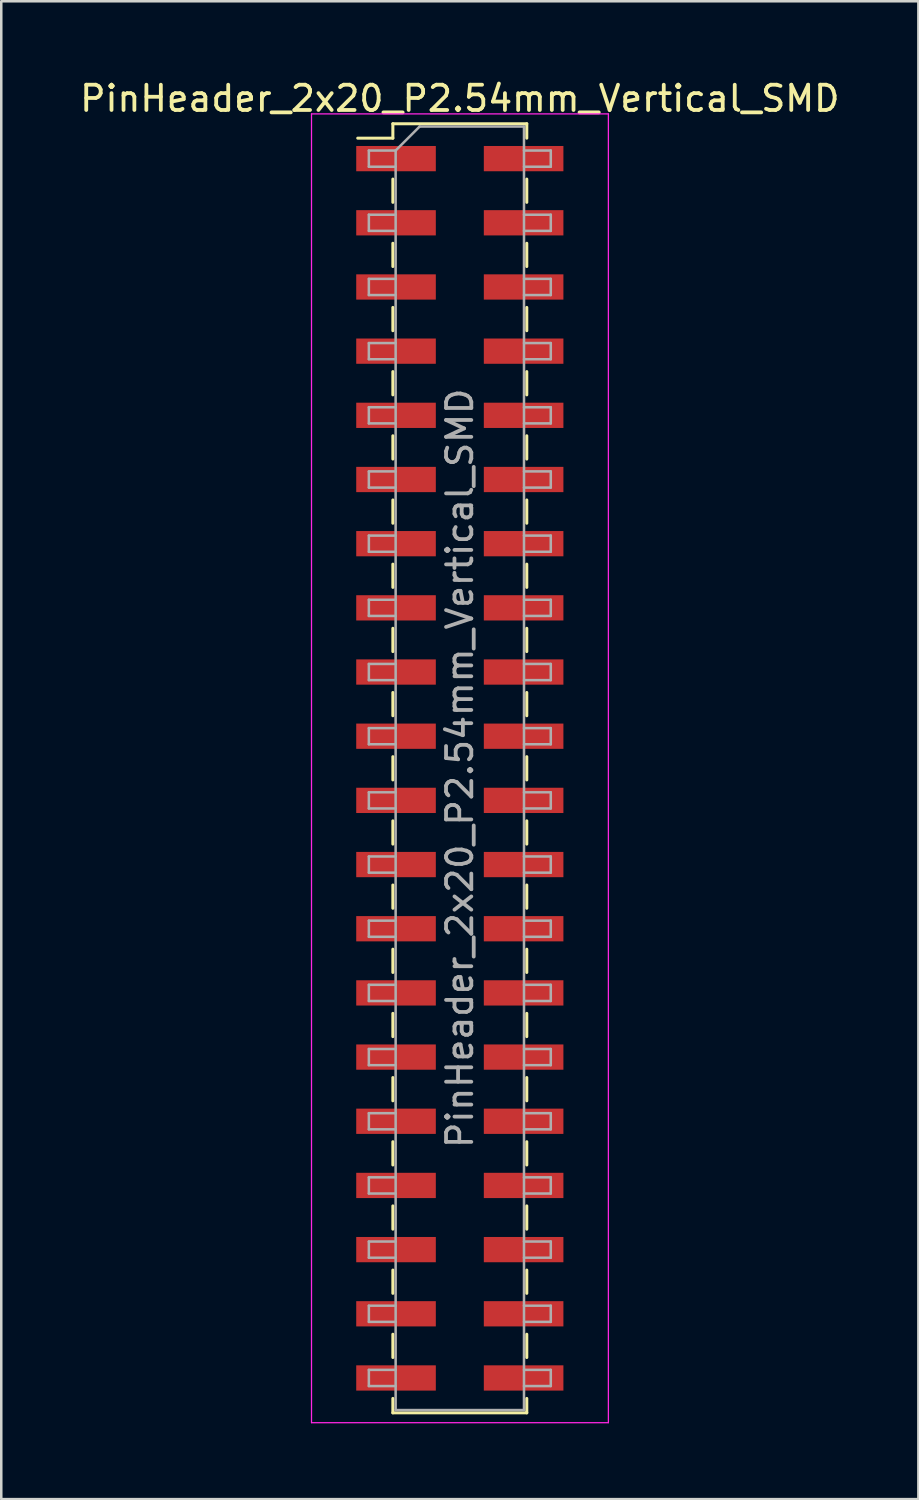
<source format=kicad_pcb>
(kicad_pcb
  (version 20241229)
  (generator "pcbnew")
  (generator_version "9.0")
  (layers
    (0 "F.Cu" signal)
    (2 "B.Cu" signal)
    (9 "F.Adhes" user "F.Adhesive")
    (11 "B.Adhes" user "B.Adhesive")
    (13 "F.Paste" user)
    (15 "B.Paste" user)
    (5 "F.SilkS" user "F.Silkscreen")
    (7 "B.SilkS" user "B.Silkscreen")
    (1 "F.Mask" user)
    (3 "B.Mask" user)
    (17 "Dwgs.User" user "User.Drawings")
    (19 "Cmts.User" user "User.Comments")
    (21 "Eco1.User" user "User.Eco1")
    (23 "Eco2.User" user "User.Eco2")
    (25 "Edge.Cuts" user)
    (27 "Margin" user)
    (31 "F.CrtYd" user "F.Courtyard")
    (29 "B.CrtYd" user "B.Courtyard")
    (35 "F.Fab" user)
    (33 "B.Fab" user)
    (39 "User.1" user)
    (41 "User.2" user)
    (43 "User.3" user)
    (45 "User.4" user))
  (footprint "PinHeader_2x20_P2.54mm_Vertical_SMD"
    (layer "F.Cu")
    (at 15.149 27.358)
    (property "Reference" "PinHeader_2x20_P2.54mm_Vertical_SMD" (at 0 -26.51 0) (layer "F.SilkS") (effects (font (size 1 1) (thickness 0.15))))
    (attr smd)
    (fp_line (start -4.04 -24.94) (end -2.65 -24.94) (stroke (width 0.12) (type solid)) (layer "F.SilkS"))
    (fp_line (start -2.65 -25.51) (end -2.65 -24.94) (stroke (width 0.12) (type solid)) (layer "F.SilkS"))
    (fp_line (start -2.65 -25.51) (end 2.65 -25.51) (stroke (width 0.12) (type solid)) (layer "F.SilkS"))
    (fp_line (start -2.65 -23.32) (end -2.65 -22.4) (stroke (width 0.12) (type solid)) (layer "F.SilkS"))
    (fp_line (start -2.65 -20.78) (end -2.65 -19.86) (stroke (width 0.12) (type solid)) (layer "F.SilkS"))
    (fp_line (start -2.65 -18.24) (end -2.65 -17.32) (stroke (width 0.12) (type solid)) (layer "F.SilkS"))
    (fp_line (start -2.65 -15.7) (end -2.65 -14.78) (stroke (width 0.12) (type solid)) (layer "F.SilkS"))
    (fp_line (start -2.65 -13.16) (end -2.65 -12.24) (stroke (width 0.12) (type solid)) (layer "F.SilkS"))
    (fp_line (start -2.65 -10.62) (end -2.65 -9.7) (stroke (width 0.12) (type solid)) (layer "F.SilkS"))
    (fp_line (start -2.65 -8.08) (end -2.65 -7.16) (stroke (width 0.12) (type solid)) (layer "F.SilkS"))
    (fp_line (start -2.65 -5.54) (end -2.65 -4.62) (stroke (width 0.12) (type solid)) (layer "F.SilkS"))
    (fp_line (start -2.65 -3) (end -2.65 -2.08) (stroke (width 0.12) (type solid)) (layer "F.SilkS"))
    (fp_line (start -2.65 -0.46) (end -2.65 0.46) (stroke (width 0.12) (type solid)) (layer "F.SilkS"))
    (fp_line (start -2.65 2.08) (end -2.65 3) (stroke (width 0.12) (type solid)) (layer "F.SilkS"))
    (fp_line (start -2.65 4.62) (end -2.65 5.54) (stroke (width 0.12) (type solid)) (layer "F.SilkS"))
    (fp_line (start -2.65 7.16) (end -2.65 8.08) (stroke (width 0.12) (type solid)) (layer "F.SilkS"))
    (fp_line (start -2.65 9.7) (end -2.65 10.62) (stroke (width 0.12) (type solid)) (layer "F.SilkS"))
    (fp_line (start -2.65 12.24) (end -2.65 13.16) (stroke (width 0.12) (type solid)) (layer "F.SilkS"))
    (fp_line (start -2.65 14.78) (end -2.65 15.7) (stroke (width 0.12) (type solid)) (layer "F.SilkS"))
    (fp_line (start -2.65 17.32) (end -2.65 18.24) (stroke (width 0.12) (type solid)) (layer "F.SilkS"))
    (fp_line (start -2.65 19.86) (end -2.65 20.78) (stroke (width 0.12) (type solid)) (layer "F.SilkS"))
    (fp_line (start -2.65 22.4) (end -2.65 23.32) (stroke (width 0.12) (type solid)) (layer "F.SilkS"))
    (fp_line (start -2.65 24.94) (end -2.65 25.51) (stroke (width 0.12) (type solid)) (layer "F.SilkS"))
    (fp_line (start -2.65 25.51) (end 2.65 25.51) (stroke (width 0.12) (type solid)) (layer "F.SilkS"))
    (fp_line (start 2.65 -25.51) (end 2.65 -24.94) (stroke (width 0.12) (type solid)) (layer "F.SilkS"))
    (fp_line (start 2.65 -23.32) (end 2.65 -22.4) (stroke (width 0.12) (type solid)) (layer "F.SilkS"))
    (fp_line (start 2.65 -20.78) (end 2.65 -19.86) (stroke (width 0.12) (type solid)) (layer "F.SilkS"))
    (fp_line (start 2.65 -18.24) (end 2.65 -17.32) (stroke (width 0.12) (type solid)) (layer "F.SilkS"))
    (fp_line (start 2.65 -15.7) (end 2.65 -14.78) (stroke (width 0.12) (type solid)) (layer "F.SilkS"))
    (fp_line (start 2.65 -13.16) (end 2.65 -12.24) (stroke (width 0.12) (type solid)) (layer "F.SilkS"))
    (fp_line (start 2.65 -10.62) (end 2.65 -9.7) (stroke (width 0.12) (type solid)) (layer "F.SilkS"))
    (fp_line (start 2.65 -8.08) (end 2.65 -7.16) (stroke (width 0.12) (type solid)) (layer "F.SilkS"))
    (fp_line (start 2.65 -5.54) (end 2.65 -4.62) (stroke (width 0.12) (type solid)) (layer "F.SilkS"))
    (fp_line (start 2.65 -3) (end 2.65 -2.08) (stroke (width 0.12) (type solid)) (layer "F.SilkS"))
    (fp_line (start 2.65 -0.46) (end 2.65 0.46) (stroke (width 0.12) (type solid)) (layer "F.SilkS"))
    (fp_line (start 2.65 2.08) (end 2.65 3) (stroke (width 0.12) (type solid)) (layer "F.SilkS"))
    (fp_line (start 2.65 4.62) (end 2.65 5.54) (stroke (width 0.12) (type solid)) (layer "F.SilkS"))
    (fp_line (start 2.65 7.16) (end 2.65 8.08) (stroke (width 0.12) (type solid)) (layer "F.SilkS"))
    (fp_line (start 2.65 9.7) (end 2.65 10.62) (stroke (width 0.12) (type solid)) (layer "F.SilkS"))
    (fp_line (start 2.65 12.24) (end 2.65 13.16) (stroke (width 0.12) (type solid)) (layer "F.SilkS"))
    (fp_line (start 2.65 14.78) (end 2.65 15.7) (stroke (width 0.12) (type solid)) (layer "F.SilkS"))
    (fp_line (start 2.65 17.32) (end 2.65 18.24) (stroke (width 0.12) (type solid)) (layer "F.SilkS"))
    (fp_line (start 2.65 19.86) (end 2.65 20.78) (stroke (width 0.12) (type solid)) (layer "F.SilkS"))
    (fp_line (start 2.65 22.4) (end 2.65 23.32) (stroke (width 0.12) (type solid)) (layer "F.SilkS"))
    (fp_line (start 2.65 24.94) (end 2.65 25.51) (stroke (width 0.12) (type solid)) (layer "F.SilkS"))
    (fp_line (start -5.87 -25.9) (end -5.87 25.9) (stroke (width 0.05) (type solid)) (layer "F.CrtYd"))
    (fp_line (start -5.87 25.9) (end 5.88 25.9) (stroke (width 0.05) (type solid)) (layer "F.CrtYd"))
    (fp_line (start 5.88 -25.9) (end -5.87 -25.9) (stroke (width 0.05) (type solid)) (layer "F.CrtYd"))
    (fp_line (start 5.88 25.9) (end 5.88 -25.9) (stroke (width 0.05) (type solid)) (layer "F.CrtYd"))
    (fp_line (start -3.6 -24.45) (end -3.6 -23.81) (stroke (width 0.1) (type solid)) (layer "F.Fab"))
    (fp_line (start -3.6 -23.81) (end -2.54 -23.81) (stroke (width 0.1) (type solid)) (layer "F.Fab"))
    (fp_line (start -3.6 -21.91) (end -3.6 -21.27) (stroke (width 0.1) (type solid)) (layer "F.Fab"))
    (fp_line (start -3.6 -21.27) (end -2.54 -21.27) (stroke (width 0.1) (type solid)) (layer "F.Fab"))
    (fp_line (start -3.6 -19.37) (end -3.6 -18.73) (stroke (width 0.1) (type solid)) (layer "F.Fab"))
    (fp_line (start -3.6 -18.73) (end -2.54 -18.73) (stroke (width 0.1) (type solid)) (layer "F.Fab"))
    (fp_line (start -3.6 -16.83) (end -3.6 -16.19) (stroke (width 0.1) (type solid)) (layer "F.Fab"))
    (fp_line (start -3.6 -16.19) (end -2.54 -16.19) (stroke (width 0.1) (type solid)) (layer "F.Fab"))
    (fp_line (start -3.6 -14.29) (end -3.6 -13.65) (stroke (width 0.1) (type solid)) (layer "F.Fab"))
    (fp_line (start -3.6 -13.65) (end -2.54 -13.65) (stroke (width 0.1) (type solid)) (layer "F.Fab"))
    (fp_line (start -3.6 -11.75) (end -3.6 -11.11) (stroke (width 0.1) (type solid)) (layer "F.Fab"))
    (fp_line (start -3.6 -11.11) (end -2.54 -11.11) (stroke (width 0.1) (type solid)) (layer "F.Fab"))
    (fp_line (start -3.6 -9.21) (end -3.6 -8.57) (stroke (width 0.1) (type solid)) (layer "F.Fab"))
    (fp_line (start -3.6 -8.57) (end -2.54 -8.57) (stroke (width 0.1) (type solid)) (layer "F.Fab"))
    (fp_line (start -3.6 -6.67) (end -3.6 -6.03) (stroke (width 0.1) (type solid)) (layer "F.Fab"))
    (fp_line (start -3.6 -6.03) (end -2.54 -6.03) (stroke (width 0.1) (type solid)) (layer "F.Fab"))
    (fp_line (start -3.6 -4.13) (end -3.6 -3.49) (stroke (width 0.1) (type solid)) (layer "F.Fab"))
    (fp_line (start -3.6 -3.49) (end -2.54 -3.49) (stroke (width 0.1) (type solid)) (layer "F.Fab"))
    (fp_line (start -3.6 -1.59) (end -3.6 -0.95) (stroke (width 0.1) (type solid)) (layer "F.Fab"))
    (fp_line (start -3.6 -0.95) (end -2.54 -0.95) (stroke (width 0.1) (type solid)) (layer "F.Fab"))
    (fp_line (start -3.6 0.95) (end -3.6 1.59) (stroke (width 0.1) (type solid)) (layer "F.Fab"))
    (fp_line (start -3.6 1.59) (end -2.54 1.59) (stroke (width 0.1) (type solid)) (layer "F.Fab"))
    (fp_line (start -3.6 3.49) (end -3.6 4.13) (stroke (width 0.1) (type solid)) (layer "F.Fab"))
    (fp_line (start -3.6 4.13) (end -2.54 4.13) (stroke (width 0.1) (type solid)) (layer "F.Fab"))
    (fp_line (start -3.6 6.03) (end -3.6 6.67) (stroke (width 0.1) (type solid)) (layer "F.Fab"))
    (fp_line (start -3.6 6.67) (end -2.54 6.67) (stroke (width 0.1) (type solid)) (layer "F.Fab"))
    (fp_line (start -3.6 8.57) (end -3.6 9.21) (stroke (width 0.1) (type solid)) (layer "F.Fab"))
    (fp_line (start -3.6 9.21) (end -2.54 9.21) (stroke (width 0.1) (type solid)) (layer "F.Fab"))
    (fp_line (start -3.6 11.11) (end -3.6 11.75) (stroke (width 0.1) (type solid)) (layer "F.Fab"))
    (fp_line (start -3.6 11.75) (end -2.54 11.75) (stroke (width 0.1) (type solid)) (layer "F.Fab"))
    (fp_line (start -3.6 13.65) (end -3.6 14.29) (stroke (width 0.1) (type solid)) (layer "F.Fab"))
    (fp_line (start -3.6 14.29) (end -2.54 14.29) (stroke (width 0.1) (type solid)) (layer "F.Fab"))
    (fp_line (start -3.6 16.19) (end -3.6 16.83) (stroke (width 0.1) (type solid)) (layer "F.Fab"))
    (fp_line (start -3.6 16.83) (end -2.54 16.83) (stroke (width 0.1) (type solid)) (layer "F.Fab"))
    (fp_line (start -3.6 18.73) (end -3.6 19.37) (stroke (width 0.1) (type solid)) (layer "F.Fab"))
    (fp_line (start -3.6 19.37) (end -2.54 19.37) (stroke (width 0.1) (type solid)) (layer "F.Fab"))
    (fp_line (start -3.6 21.27) (end -3.6 21.91) (stroke (width 0.1) (type solid)) (layer "F.Fab"))
    (fp_line (start -3.6 21.91) (end -2.54 21.91) (stroke (width 0.1) (type solid)) (layer "F.Fab"))
    (fp_line (start -3.6 23.81) (end -3.6 24.45) (stroke (width 0.1) (type solid)) (layer "F.Fab"))
    (fp_line (start -3.6 24.45) (end -2.54 24.45) (stroke (width 0.1) (type solid)) (layer "F.Fab"))
    (fp_line (start -2.54 -24.45) (end -3.6 -24.45) (stroke (width 0.1) (type solid)) (layer "F.Fab"))
    (fp_line (start -2.54 -24.45) (end -1.59 -25.4) (stroke (width 0.1) (type solid)) (layer "F.Fab"))
    (fp_line (start -2.54 -21.91) (end -3.6 -21.91) (stroke (width 0.1) (type solid)) (layer "F.Fab"))
    (fp_line (start -2.54 -19.37) (end -3.6 -19.37) (stroke (width 0.1) (type solid)) (layer "F.Fab"))
    (fp_line (start -2.54 -16.83) (end -3.6 -16.83) (stroke (width 0.1) (type solid)) (layer "F.Fab"))
    (fp_line (start -2.54 -14.29) (end -3.6 -14.29) (stroke (width 0.1) (type solid)) (layer "F.Fab"))
    (fp_line (start -2.54 -11.75) (end -3.6 -11.75) (stroke (width 0.1) (type solid)) (layer "F.Fab"))
    (fp_line (start -2.54 -9.21) (end -3.6 -9.21) (stroke (width 0.1) (type solid)) (layer "F.Fab"))
    (fp_line (start -2.54 -6.67) (end -3.6 -6.67) (stroke (width 0.1) (type solid)) (layer "F.Fab"))
    (fp_line (start -2.54 -4.13) (end -3.6 -4.13) (stroke (width 0.1) (type solid)) (layer "F.Fab"))
    (fp_line (start -2.54 -1.59) (end -3.6 -1.59) (stroke (width 0.1) (type solid)) (layer "F.Fab"))
    (fp_line (start -2.54 0.95) (end -3.6 0.95) (stroke (width 0.1) (type solid)) (layer "F.Fab"))
    (fp_line (start -2.54 3.49) (end -3.6 3.49) (stroke (width 0.1) (type solid)) (layer "F.Fab"))
    (fp_line (start -2.54 6.03) (end -3.6 6.03) (stroke (width 0.1) (type solid)) (layer "F.Fab"))
    (fp_line (start -2.54 8.57) (end -3.6 8.57) (stroke (width 0.1) (type solid)) (layer "F.Fab"))
    (fp_line (start -2.54 11.11) (end -3.6 11.11) (stroke (width 0.1) (type solid)) (layer "F.Fab"))
    (fp_line (start -2.54 13.65) (end -3.6 13.65) (stroke (width 0.1) (type solid)) (layer "F.Fab"))
    (fp_line (start -2.54 16.19) (end -3.6 16.19) (stroke (width 0.1) (type solid)) (layer "F.Fab"))
    (fp_line (start -2.54 18.73) (end -3.6 18.73) (stroke (width 0.1) (type solid)) (layer "F.Fab"))
    (fp_line (start -2.54 21.27) (end -3.6 21.27) (stroke (width 0.1) (type solid)) (layer "F.Fab"))
    (fp_line (start -2.54 23.81) (end -3.6 23.81) (stroke (width 0.1) (type solid)) (layer "F.Fab"))
    (fp_line (start -2.54 25.4) (end -2.54 -24.45) (stroke (width 0.1) (type solid)) (layer "F.Fab"))
    (fp_line (start -1.59 -25.4) (end 2.54 -25.4) (stroke (width 0.1) (type solid)) (layer "F.Fab"))
    (fp_line (start 2.54 -25.4) (end 2.54 25.4) (stroke (width 0.1) (type solid)) (layer "F.Fab"))
    (fp_line (start 2.54 -24.45) (end 3.6 -24.45) (stroke (width 0.1) (type solid)) (layer "F.Fab"))
    (fp_line (start 2.54 -21.91) (end 3.6 -21.91) (stroke (width 0.1) (type solid)) (layer "F.Fab"))
    (fp_line (start 2.54 -19.37) (end 3.6 -19.37) (stroke (width 0.1) (type solid)) (layer "F.Fab"))
    (fp_line (start 2.54 -16.83) (end 3.6 -16.83) (stroke (width 0.1) (type solid)) (layer "F.Fab"))
    (fp_line (start 2.54 -14.29) (end 3.6 -14.29) (stroke (width 0.1) (type solid)) (layer "F.Fab"))
    (fp_line (start 2.54 -11.75) (end 3.6 -11.75) (stroke (width 0.1) (type solid)) (layer "F.Fab"))
    (fp_line (start 2.54 -9.21) (end 3.6 -9.21) (stroke (width 0.1) (type solid)) (layer "F.Fab"))
    (fp_line (start 2.54 -6.67) (end 3.6 -6.67) (stroke (width 0.1) (type solid)) (layer "F.Fab"))
    (fp_line (start 2.54 -4.13) (end 3.6 -4.13) (stroke (width 0.1) (type solid)) (layer "F.Fab"))
    (fp_line (start 2.54 -1.59) (end 3.6 -1.59) (stroke (width 0.1) (type solid)) (layer "F.Fab"))
    (fp_line (start 2.54 0.95) (end 3.6 0.95) (stroke (width 0.1) (type solid)) (layer "F.Fab"))
    (fp_line (start 2.54 3.49) (end 3.6 3.49) (stroke (width 0.1) (type solid)) (layer "F.Fab"))
    (fp_line (start 2.54 6.03) (end 3.6 6.03) (stroke (width 0.1) (type solid)) (layer "F.Fab"))
    (fp_line (start 2.54 8.57) (end 3.6 8.57) (stroke (width 0.1) (type solid)) (layer "F.Fab"))
    (fp_line (start 2.54 11.11) (end 3.6 11.11) (stroke (width 0.1) (type solid)) (layer "F.Fab"))
    (fp_line (start 2.54 13.65) (end 3.6 13.65) (stroke (width 0.1) (type solid)) (layer "F.Fab"))
    (fp_line (start 2.54 16.19) (end 3.6 16.19) (stroke (width 0.1) (type solid)) (layer "F.Fab"))
    (fp_line (start 2.54 18.73) (end 3.6 18.73) (stroke (width 0.1) (type solid)) (layer "F.Fab"))
    (fp_line (start 2.54 21.27) (end 3.6 21.27) (stroke (width 0.1) (type solid)) (layer "F.Fab"))
    (fp_line (start 2.54 23.81) (end 3.6 23.81) (stroke (width 0.1) (type solid)) (layer "F.Fab"))
    (fp_line (start 2.54 25.4) (end -2.54 25.4) (stroke (width 0.1) (type solid)) (layer "F.Fab"))
    (fp_line (start 3.6 -24.45) (end 3.6 -23.81) (stroke (width 0.1) (type solid)) (layer "F.Fab"))
    (fp_line (start 3.6 -23.81) (end 2.54 -23.81) (stroke (width 0.1) (type solid)) (layer "F.Fab"))
    (fp_line (start 3.6 -21.91) (end 3.6 -21.27) (stroke (width 0.1) (type solid)) (layer "F.Fab"))
    (fp_line (start 3.6 -21.27) (end 2.54 -21.27) (stroke (width 0.1) (type solid)) (layer "F.Fab"))
    (fp_line (start 3.6 -19.37) (end 3.6 -18.73) (stroke (width 0.1) (type solid)) (layer "F.Fab"))
    (fp_line (start 3.6 -18.73) (end 2.54 -18.73) (stroke (width 0.1) (type solid)) (layer "F.Fab"))
    (fp_line (start 3.6 -16.83) (end 3.6 -16.19) (stroke (width 0.1) (type solid)) (layer "F.Fab"))
    (fp_line (start 3.6 -16.19) (end 2.54 -16.19) (stroke (width 0.1) (type solid)) (layer "F.Fab"))
    (fp_line (start 3.6 -14.29) (end 3.6 -13.65) (stroke (width 0.1) (type solid)) (layer "F.Fab"))
    (fp_line (start 3.6 -13.65) (end 2.54 -13.65) (stroke (width 0.1) (type solid)) (layer "F.Fab"))
    (fp_line (start 3.6 -11.75) (end 3.6 -11.11) (stroke (width 0.1) (type solid)) (layer "F.Fab"))
    (fp_line (start 3.6 -11.11) (end 2.54 -11.11) (stroke (width 0.1) (type solid)) (layer "F.Fab"))
    (fp_line (start 3.6 -9.21) (end 3.6 -8.57) (stroke (width 0.1) (type solid)) (layer "F.Fab"))
    (fp_line (start 3.6 -8.57) (end 2.54 -8.57) (stroke (width 0.1) (type solid)) (layer "F.Fab"))
    (fp_line (start 3.6 -6.67) (end 3.6 -6.03) (stroke (width 0.1) (type solid)) (layer "F.Fab"))
    (fp_line (start 3.6 -6.03) (end 2.54 -6.03) (stroke (width 0.1) (type solid)) (layer "F.Fab"))
    (fp_line (start 3.6 -4.13) (end 3.6 -3.49) (stroke (width 0.1) (type solid)) (layer "F.Fab"))
    (fp_line (start 3.6 -3.49) (end 2.54 -3.49) (stroke (width 0.1) (type solid)) (layer "F.Fab"))
    (fp_line (start 3.6 -1.59) (end 3.6 -0.95) (stroke (width 0.1) (type solid)) (layer "F.Fab"))
    (fp_line (start 3.6 -0.95) (end 2.54 -0.95) (stroke (width 0.1) (type solid)) (layer "F.Fab"))
    (fp_line (start 3.6 0.95) (end 3.6 1.59) (stroke (width 0.1) (type solid)) (layer "F.Fab"))
    (fp_line (start 3.6 1.59) (end 2.54 1.59) (stroke (width 0.1) (type solid)) (layer "F.Fab"))
    (fp_line (start 3.6 3.49) (end 3.6 4.13) (stroke (width 0.1) (type solid)) (layer "F.Fab"))
    (fp_line (start 3.6 4.13) (end 2.54 4.13) (stroke (width 0.1) (type solid)) (layer "F.Fab"))
    (fp_line (start 3.6 6.03) (end 3.6 6.67) (stroke (width 0.1) (type solid)) (layer "F.Fab"))
    (fp_line (start 3.6 6.67) (end 2.54 6.67) (stroke (width 0.1) (type solid)) (layer "F.Fab"))
    (fp_line (start 3.6 8.57) (end 3.6 9.21) (stroke (width 0.1) (type solid)) (layer "F.Fab"))
    (fp_line (start 3.6 9.21) (end 2.54 9.21) (stroke (width 0.1) (type solid)) (layer "F.Fab"))
    (fp_line (start 3.6 11.11) (end 3.6 11.75) (stroke (width 0.1) (type solid)) (layer "F.Fab"))
    (fp_line (start 3.6 11.75) (end 2.54 11.75) (stroke (width 0.1) (type solid)) (layer "F.Fab"))
    (fp_line (start 3.6 13.65) (end 3.6 14.29) (stroke (width 0.1) (type solid)) (layer "F.Fab"))
    (fp_line (start 3.6 14.29) (end 2.54 14.29) (stroke (width 0.1) (type solid)) (layer "F.Fab"))
    (fp_line (start 3.6 16.19) (end 3.6 16.83) (stroke (width 0.1) (type solid)) (layer "F.Fab"))
    (fp_line (start 3.6 16.83) (end 2.54 16.83) (stroke (width 0.1) (type solid)) (layer "F.Fab"))
    (fp_line (start 3.6 18.73) (end 3.6 19.37) (stroke (width 0.1) (type solid)) (layer "F.Fab"))
    (fp_line (start 3.6 19.37) (end 2.54 19.37) (stroke (width 0.1) (type solid)) (layer "F.Fab"))
    (fp_line (start 3.6 21.27) (end 3.6 21.91) (stroke (width 0.1) (type solid)) (layer "F.Fab"))
    (fp_line (start 3.6 21.91) (end 2.54 21.91) (stroke (width 0.1) (type solid)) (layer "F.Fab"))
    (fp_line (start 3.6 23.81) (end 3.6 24.45) (stroke (width 0.1) (type solid)) (layer "F.Fab"))
    (fp_line (start 3.6 24.45) (end 2.54 24.45) (stroke (width 0.1) (type solid)) (layer "F.Fab"))
    (fp_text user "${REFERENCE}" (at 0 0 90) (layer "F.Fab") (effects (font (size 1 1) (thickness 0.15))))
    (pad "1" smd rect (at -2.525 -24.13) (size 3.15 1) (layers "F.Cu" "F.Mask" "F.Paste"))
    (pad "2" smd rect (at 2.525 -24.13) (size 3.15 1) (layers "F.Cu" "F.Mask" "F.Paste"))
    (pad "3" smd rect (at -2.525 -21.59) (size 3.15 1) (layers "F.Cu" "F.Mask" "F.Paste"))
    (pad "4" smd rect (at 2.525 -21.59) (size 3.15 1) (layers "F.Cu" "F.Mask" "F.Paste"))
    (pad "5" smd rect (at -2.525 -19.05) (size 3.15 1) (layers "F.Cu" "F.Mask" "F.Paste"))
    (pad "6" smd rect (at 2.525 -19.05) (size 3.15 1) (layers "F.Cu" "F.Mask" "F.Paste"))
    (pad "7" smd rect (at -2.525 -16.51) (size 3.15 1) (layers "F.Cu" "F.Mask" "F.Paste"))
    (pad "8" smd rect (at 2.525 -16.51) (size 3.15 1) (layers "F.Cu" "F.Mask" "F.Paste"))
    (pad "9" smd rect (at -2.525 -13.97) (size 3.15 1) (layers "F.Cu" "F.Mask" "F.Paste"))
    (pad "10" smd rect (at 2.525 -13.97) (size 3.15 1) (layers "F.Cu" "F.Mask" "F.Paste"))
    (pad "11" smd rect (at -2.525 -11.43) (size 3.15 1) (layers "F.Cu" "F.Mask" "F.Paste"))
    (pad "12" smd rect (at 2.525 -11.43) (size 3.15 1) (layers "F.Cu" "F.Mask" "F.Paste"))
    (pad "13" smd rect (at -2.525 -8.89) (size 3.15 1) (layers "F.Cu" "F.Mask" "F.Paste"))
    (pad "14" smd rect (at 2.525 -8.89) (size 3.15 1) (layers "F.Cu" "F.Mask" "F.Paste"))
    (pad "15" smd rect (at -2.525 -6.35) (size 3.15 1) (layers "F.Cu" "F.Mask" "F.Paste"))
    (pad "16" smd rect (at 2.525 -6.35) (size 3.15 1) (layers "F.Cu" "F.Mask" "F.Paste"))
    (pad "17" smd rect (at -2.525 -3.81) (size 3.15 1) (layers "F.Cu" "F.Mask" "F.Paste"))
    (pad "18" smd rect (at 2.525 -3.81) (size 3.15 1) (layers "F.Cu" "F.Mask" "F.Paste"))
    (pad "19" smd rect (at -2.525 -1.27) (size 3.15 1) (layers "F.Cu" "F.Mask" "F.Paste"))
    (pad "20" smd rect (at 2.525 -1.27) (size 3.15 1) (layers "F.Cu" "F.Mask" "F.Paste"))
    (pad "21" smd rect (at -2.525 1.27) (size 3.15 1) (layers "F.Cu" "F.Mask" "F.Paste"))
    (pad "22" smd rect (at 2.525 1.27) (size 3.15 1) (layers "F.Cu" "F.Mask" "F.Paste"))
    (pad "23" smd rect (at -2.525 3.81) (size 3.15 1) (layers "F.Cu" "F.Mask" "F.Paste"))
    (pad "24" smd rect (at 2.525 3.81) (size 3.15 1) (layers "F.Cu" "F.Mask" "F.Paste"))
    (pad "25" smd rect (at -2.525 6.35) (size 3.15 1) (layers "F.Cu" "F.Mask" "F.Paste"))
    (pad "26" smd rect (at 2.525 6.35) (size 3.15 1) (layers "F.Cu" "F.Mask" "F.Paste"))
    (pad "27" smd rect (at -2.525 8.89) (size 3.15 1) (layers "F.Cu" "F.Mask" "F.Paste"))
    (pad "28" smd rect (at 2.525 8.89) (size 3.15 1) (layers "F.Cu" "F.Mask" "F.Paste"))
    (pad "29" smd rect (at -2.525 11.43) (size 3.15 1) (layers "F.Cu" "F.Mask" "F.Paste"))
    (pad "30" smd rect (at 2.525 11.43) (size 3.15 1) (layers "F.Cu" "F.Mask" "F.Paste"))
    (pad "31" smd rect (at -2.525 13.97) (size 3.15 1) (layers "F.Cu" "F.Mask" "F.Paste"))
    (pad "32" smd rect (at 2.525 13.97) (size 3.15 1) (layers "F.Cu" "F.Mask" "F.Paste"))
    (pad "33" smd rect (at -2.525 16.51) (size 3.15 1) (layers "F.Cu" "F.Mask" "F.Paste"))
    (pad "34" smd rect (at 2.525 16.51) (size 3.15 1) (layers "F.Cu" "F.Mask" "F.Paste"))
    (pad "35" smd rect (at -2.525 19.05) (size 3.15 1) (layers "F.Cu" "F.Mask" "F.Paste"))
    (pad "36" smd rect (at 2.525 19.05) (size 3.15 1) (layers "F.Cu" "F.Mask" "F.Paste"))
    (pad "37" smd rect (at -2.525 21.59) (size 3.15 1) (layers "F.Cu" "F.Mask" "F.Paste"))
    (pad "38" smd rect (at 2.525 21.59) (size 3.15 1) (layers "F.Cu" "F.Mask" "F.Paste"))
    (pad "39" smd rect (at -2.525 24.13) (size 3.15 1) (layers "F.Cu" "F.Mask" "F.Paste"))
    (pad "40" smd rect (at 2.525 24.13) (size 3.15 1) (layers "F.Cu" "F.Mask" "F.Paste")))
  (gr_rect
    (start -3 -3)
    (end 33.298 56.283)
    (stroke (width 0.1) (type default))
    (fill no)
    (layer "Edge.Cuts")))
</source>
